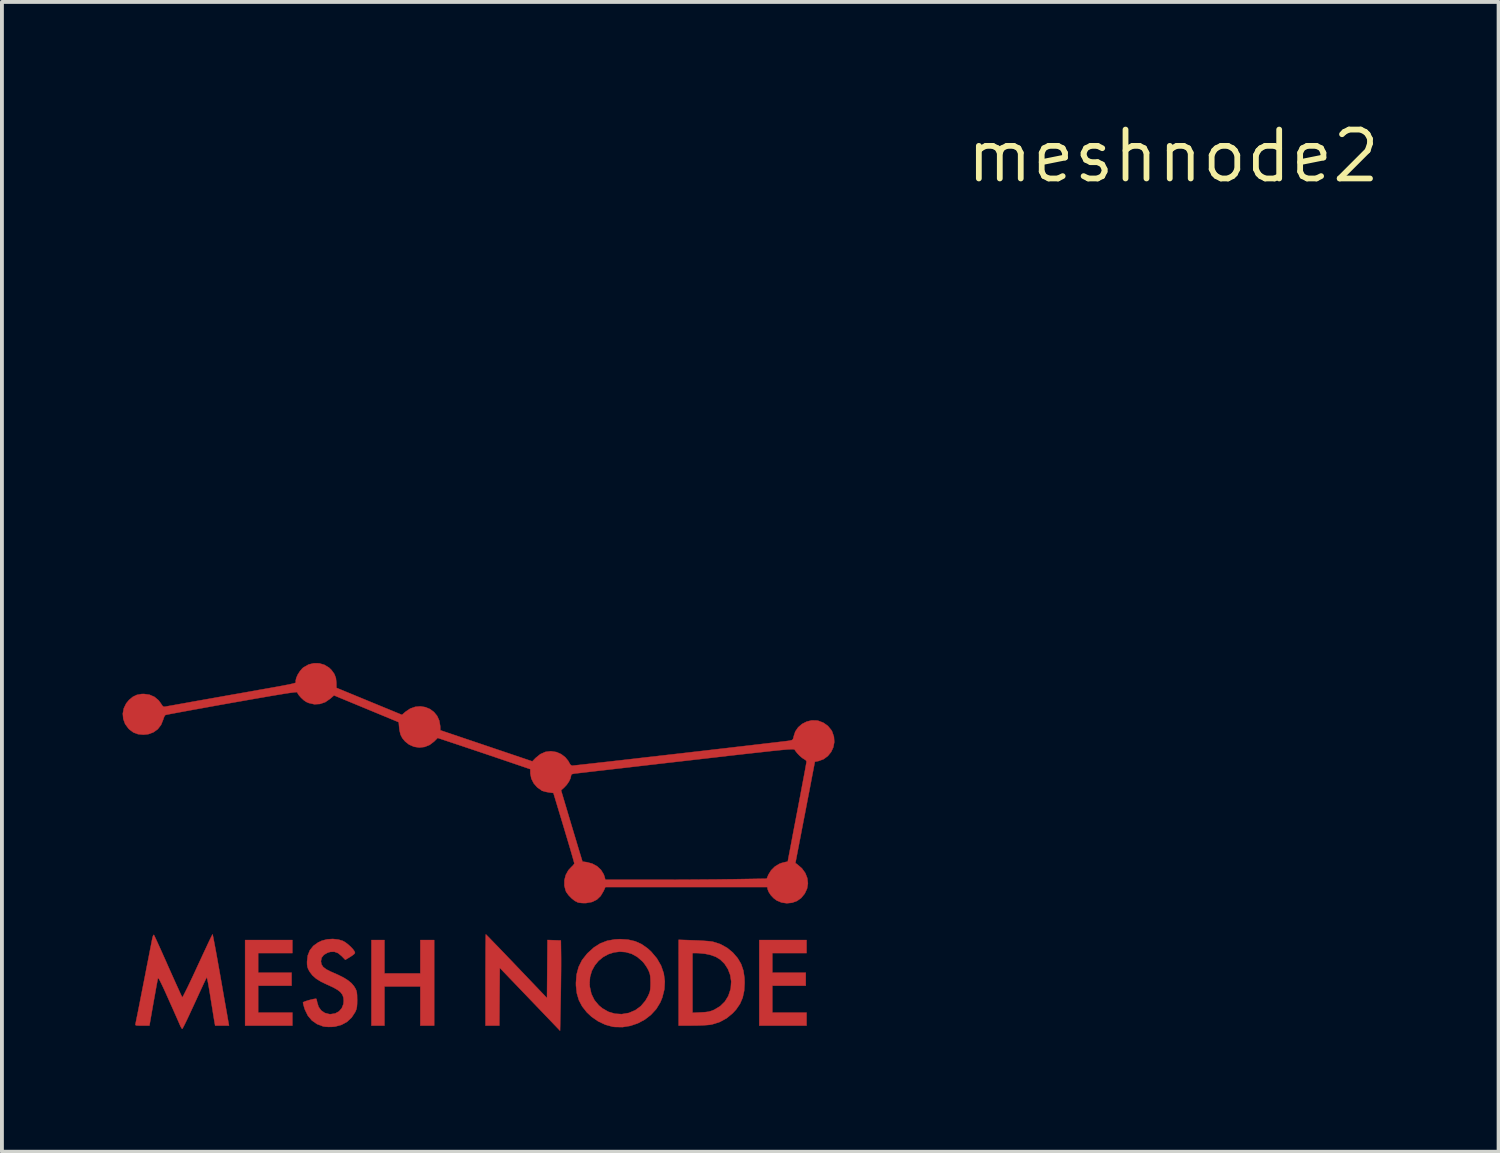
<source format=kicad_pcb>
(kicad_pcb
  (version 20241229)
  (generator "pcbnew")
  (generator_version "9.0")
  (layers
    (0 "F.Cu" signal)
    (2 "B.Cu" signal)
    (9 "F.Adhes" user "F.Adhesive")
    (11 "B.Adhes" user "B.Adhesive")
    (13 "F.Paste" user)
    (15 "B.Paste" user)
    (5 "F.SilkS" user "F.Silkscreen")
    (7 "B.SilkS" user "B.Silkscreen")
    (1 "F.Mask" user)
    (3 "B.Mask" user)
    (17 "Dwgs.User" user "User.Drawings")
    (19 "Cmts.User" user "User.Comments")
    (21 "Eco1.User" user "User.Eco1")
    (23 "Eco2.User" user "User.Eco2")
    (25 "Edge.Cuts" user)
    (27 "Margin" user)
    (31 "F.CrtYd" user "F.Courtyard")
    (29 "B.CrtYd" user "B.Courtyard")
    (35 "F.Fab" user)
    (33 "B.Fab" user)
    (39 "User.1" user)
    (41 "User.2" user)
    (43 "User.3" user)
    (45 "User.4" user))
  (footprint "meshnode2"
    (layer "F.Cu")
    (at 27.426 1.006)
    (property "Reference" "meshnode2" (at 0 0 0) (layer "F.SilkS") (effects (font (size 1.27 1.27) (thickness 0.15))))
    (attr through_hole)
    (fp_poly (pts (xy -22.881 20.701) (xy -23.77 20.701) (xy -23.77 21.209) (xy -22.902 21.209) (xy -22.902 21.548) (xy -23.77 21.548) (xy -23.77 22.246) (xy -22.881 22.246) (xy -22.881 22.585) (xy -24.109 22.585) (xy -24.109 20.362) (xy -22.881 20.362) (xy -22.881 20.701)) (stroke (width 0.01) (type solid)) (fill yes) (layer "F.Cu"))
    (fp_poly (pts (xy -20.489 21.23) (xy -19.558 21.23) (xy -19.558 20.362) (xy -19.198 20.362) (xy -19.198 22.585) (xy -19.558 22.585) (xy -19.558 21.569) (xy -20.489 21.569) (xy -20.489 22.585) (xy -20.828 22.585) (xy -20.828 20.362) (xy -20.489 20.362) (xy -20.489 21.23)) (stroke (width 0.01) (type solid)) (fill yes) (layer "F.Cu"))
    (fp_poly (pts (xy -9.525 20.701) (xy -10.414 20.701) (xy -10.414 21.209) (xy -9.546 21.209) (xy -9.546 21.548) (xy -10.414 21.548) (xy -10.414 22.246) (xy -9.525 22.246) (xy -9.525 22.585) (xy -10.753 22.585) (xy -10.753 20.362) (xy -9.525 20.362) (xy -9.525 20.701)) (stroke (width 0.01) (type solid)) (fill yes) (layer "F.Cu"))
    (fp_poly (pts (xy -17.84 20.229) (xy -17.798 20.272) (xy -17.732 20.34) (xy -17.645 20.43) (xy -17.539 20.539) (xy -17.418 20.665) (xy -17.283 20.806) (xy -17.138 20.957) (xy -17.057 21.042) (xy -16.267 21.87) (xy -16.261 21.115) (xy -16.255 20.361) (xy -16.081 20.367) (xy -15.907 20.373) (xy -15.902 20.743) (xy -15.901 20.853) (xy -15.901 20.998) (xy -15.902 21.169) (xy -15.904 21.358) (xy -15.906 21.558) (xy -15.909 21.761) (xy -15.912 21.916) (xy -15.928 22.718) (xy -16.711 21.901) (xy -17.494 21.085) (xy -17.5 21.835) (xy -17.505 22.585) (xy -17.865 22.585) (xy -17.865 21.399) (xy -17.865 21.18) (xy -17.864 20.973) (xy -17.863 20.784) (xy -17.863 20.615) (xy -17.861 20.471) (xy -17.86 20.356) (xy -17.859 20.272) (xy -17.857 20.224) (xy -17.856 20.214) (xy -17.84 20.229)) (stroke (width 0.01) (type solid)) (fill yes) (layer "F.Cu"))
    (fp_poly (pts (xy -12.462 20.369) (xy -12.329 20.374) (xy -12.202 20.382) (xy -12.09 20.39) (xy -12.004 20.399) (xy -11.959 20.406) (xy -11.765 20.468) (xy -11.586 20.567) (xy -11.438 20.689) (xy -11.314 20.833) (xy -11.225 20.985) (xy -11.167 21.153) (xy -11.138 21.344) (xy -11.134 21.474) (xy -11.146 21.681) (xy -11.185 21.86) (xy -11.254 22.02) (xy -11.356 22.168) (xy -11.442 22.262) (xy -11.601 22.393) (xy -11.781 22.491) (xy -11.973 22.552) (xy -12.033 22.563) (xy -12.108 22.57) (xy -12.214 22.577) (xy -12.337 22.582) (xy -12.467 22.584) (xy -12.515 22.584) (xy -12.848 22.585) (xy -12.848 22.252) (xy -12.488 22.252) (xy -12.271 22.242) (xy -12.158 22.235) (xy -12.073 22.224) (xy -12.003 22.205) (xy -11.932 22.177) (xy -11.927 22.175) (xy -11.772 22.082) (xy -11.648 21.962) (xy -11.557 21.815) (xy -11.5 21.643) (xy -11.493 21.607) (xy -11.482 21.436) (xy -11.508 21.27) (xy -11.567 21.116) (xy -11.655 20.979) (xy -11.77 20.867) (xy -11.884 20.798) (xy -12.01 20.752) (xy -12.161 20.719) (xy -12.32 20.703) (xy -12.377 20.701) (xy -12.488 20.701) (xy -12.488 22.252) (xy -12.848 22.252) (xy -12.848 20.356) (xy -12.462 20.369)) (stroke (width 0.01) (type solid)) (fill yes) (layer "F.Cu"))
    (fp_poly (pts (xy -14.162 20.352) (xy -13.978 20.394) (xy -13.812 20.468) (xy -13.656 20.577) (xy -13.559 20.666) (xy -13.412 20.841) (xy -13.304 21.028) (xy -13.235 21.227) (xy -13.207 21.434) (xy -13.219 21.644) (xy -13.273 21.857) (xy -13.325 21.983) (xy -13.429 22.154) (xy -13.565 22.303) (xy -13.726 22.428) (xy -13.908 22.525) (xy -14.103 22.591) (xy -14.306 22.624) (xy -14.511 22.62) (xy -14.563 22.613) (xy -14.753 22.561) (xy -14.939 22.473) (xy -15.11 22.355) (xy -15.236 22.236) (xy -15.355 22.084) (xy -15.439 21.924) (xy -15.491 21.749) (xy -15.514 21.549) (xy -15.515 21.494) (xy -15.162 21.494) (xy -15.155 21.58) (xy -15.114 21.762) (xy -15.036 21.921) (xy -14.922 22.058) (xy -14.832 22.134) (xy -14.674 22.225) (xy -14.504 22.276) (xy -14.326 22.287) (xy -14.148 22.257) (xy -14.14 22.255) (xy -13.973 22.184) (xy -13.83 22.079) (xy -13.712 21.94) (xy -13.645 21.823) (xy -13.614 21.755) (xy -13.594 21.697) (xy -13.584 21.637) (xy -13.579 21.56) (xy -13.578 21.474) (xy -13.58 21.369) (xy -13.586 21.294) (xy -13.598 21.234) (xy -13.62 21.175) (xy -13.635 21.141) (xy -13.683 21.056) (xy -13.745 20.968) (xy -13.788 20.917) (xy -13.923 20.8) (xy -14.068 20.72) (xy -14.221 20.676) (xy -14.375 20.664) (xy -14.528 20.683) (xy -14.674 20.73) (xy -14.809 20.804) (xy -14.928 20.902) (xy -15.027 21.023) (xy -15.103 21.163) (xy -15.149 21.321) (xy -15.162 21.494) (xy -15.515 21.494) (xy -15.515 21.471) (xy -15.498 21.256) (xy -15.446 21.062) (xy -15.358 20.885) (xy -15.23 20.722) (xy -15.208 20.699) (xy -15.048 20.554) (xy -14.882 20.449) (xy -14.704 20.381) (xy -14.507 20.346) (xy -14.372 20.339) (xy -14.162 20.352)) (stroke (width 0.01) (type solid)) (fill yes) (layer "F.Cu"))
    (fp_poly (pts (xy -21.685 20.35) (xy -21.574 20.383) (xy -21.508 20.42) (xy -21.437 20.474) (xy -21.368 20.536) (xy -21.309 20.598) (xy -21.269 20.654) (xy -21.255 20.695) (xy -21.256 20.698) (xy -21.276 20.725) (xy -21.323 20.763) (xy -21.385 20.803) (xy -21.507 20.876) (xy -21.6 20.78) (xy -21.694 20.702) (xy -21.792 20.666) (xy -21.898 20.67) (xy -21.967 20.691) (xy -22.063 20.746) (xy -22.121 20.82) (xy -22.14 20.912) (xy -22.14 20.914) (xy -22.126 20.993) (xy -22.082 21.061) (xy -22.004 21.122) (xy -21.888 21.181) (xy -21.87 21.189) (xy -21.69 21.268) (xy -21.545 21.341) (xy -21.432 21.413) (xy -21.345 21.485) (xy -21.28 21.563) (xy -21.245 21.62) (xy -21.222 21.669) (xy -21.208 21.722) (xy -21.201 21.791) (xy -21.199 21.887) (xy -21.198 21.918) (xy -21.2 22.023) (xy -21.206 22.098) (xy -21.218 22.157) (xy -21.239 22.211) (xy -21.25 22.234) (xy -21.342 22.375) (xy -21.462 22.487) (xy -21.607 22.566) (xy -21.773 22.61) (xy -21.85 22.617) (xy -21.939 22.619) (xy -22.024 22.614) (xy -22.082 22.605) (xy -22.241 22.545) (xy -22.374 22.452) (xy -22.479 22.327) (xy -22.554 22.173) (xy -22.566 22.139) (xy -22.587 22.068) (xy -22.601 22.011) (xy -22.606 21.983) (xy -22.587 21.97) (xy -22.538 21.951) (xy -22.471 21.93) (xy -22.397 21.91) (xy -22.327 21.894) (xy -22.273 21.887) (xy -22.264 21.886) (xy -22.253 21.905) (xy -22.242 21.953) (xy -22.237 21.98) (xy -22.2 22.098) (xy -22.133 22.192) (xy -22.039 22.256) (xy -21.925 22.286) (xy -21.887 22.288) (xy -21.768 22.269) (xy -21.67 22.215) (xy -21.598 22.132) (xy -21.556 22.026) (xy -21.548 21.944) (xy -21.555 21.857) (xy -21.582 21.782) (xy -21.631 21.717) (xy -21.708 21.656) (xy -21.816 21.594) (xy -21.962 21.527) (xy -21.965 21.526) (xy -22.132 21.447) (xy -22.263 21.366) (xy -22.361 21.279) (xy -22.431 21.187) (xy -22.469 21.119) (xy -22.49 21.06) (xy -22.499 20.993) (xy -22.5 20.923) (xy -22.482 20.765) (xy -22.428 20.629) (xy -22.338 20.515) (xy -22.212 20.424) (xy -22.113 20.378) (xy -21.979 20.344) (xy -21.831 20.334) (xy -21.685 20.35)) (stroke (width 0.01) (type solid)) (fill yes) (layer "F.Cu"))
    (fp_poly (pts (xy -24.949 20.235) (xy -24.937 20.293) (xy -24.919 20.385) (xy -24.896 20.507) (xy -24.868 20.656) (xy -24.837 20.828) (xy -24.803 21.019) (xy -24.766 21.225) (xy -24.746 21.341) (xy -24.708 21.556) (xy -24.673 21.759) (xy -24.64 21.947) (xy -24.61 22.116) (xy -24.584 22.261) (xy -24.564 22.379) (xy -24.549 22.465) (xy -24.54 22.516) (xy -24.538 22.527) (xy -24.527 22.585) (xy -24.887 22.585) (xy -24.909 22.463) (xy -24.918 22.408) (xy -24.933 22.318) (xy -24.951 22.202) (xy -24.973 22.066) (xy -24.997 21.919) (xy -25.011 21.829) (xy -25.034 21.688) (xy -25.055 21.564) (xy -25.074 21.46) (xy -25.09 21.384) (xy -25.101 21.34) (xy -25.106 21.331) (xy -25.118 21.354) (xy -25.145 21.41) (xy -25.186 21.495) (xy -25.237 21.606) (xy -25.298 21.737) (xy -25.365 21.884) (xy -25.422 22.008) (xy -25.494 22.163) (xy -25.56 22.306) (xy -25.619 22.431) (xy -25.669 22.534) (xy -25.708 22.611) (xy -25.733 22.657) (xy -25.742 22.669) (xy -25.761 22.652) (xy -25.784 22.609) (xy -25.788 22.601) (xy -25.804 22.565) (xy -25.834 22.495) (xy -25.877 22.398) (xy -25.93 22.278) (xy -25.991 22.14) (xy -26.058 21.991) (xy -26.089 21.921) (xy -26.167 21.746) (xy -26.23 21.608) (xy -26.28 21.503) (xy -26.317 21.428) (xy -26.344 21.38) (xy -26.362 21.356) (xy -26.372 21.354) (xy -26.375 21.36) (xy -26.382 21.393) (xy -26.395 21.462) (xy -26.414 21.562) (xy -26.436 21.685) (xy -26.461 21.827) (xy -26.489 21.98) (xy -26.492 21.997) (xy -26.595 22.585) (xy -26.782 22.585) (xy -26.872 22.584) (xy -26.926 22.581) (xy -26.953 22.573) (xy -26.96 22.56) (xy -26.958 22.548) (xy -26.952 22.52) (xy -26.939 22.455) (xy -26.919 22.357) (xy -26.893 22.229) (xy -26.863 22.077) (xy -26.829 21.903) (xy -26.792 21.713) (xy -26.752 21.51) (xy -26.745 21.474) (xy -26.704 21.266) (xy -26.666 21.067) (xy -26.629 20.882) (xy -26.597 20.716) (xy -26.569 20.573) (xy -26.546 20.457) (xy -26.53 20.373) (xy -26.52 20.326) (xy -26.52 20.323) (xy -26.504 20.264) (xy -26.489 20.231) (xy -26.479 20.228) (xy -26.467 20.25) (xy -26.44 20.308) (xy -26.399 20.395) (xy -26.347 20.509) (xy -26.286 20.645) (xy -26.217 20.799) (xy -26.142 20.966) (xy -26.11 21.04) (xy -26.033 21.212) (xy -25.962 21.371) (xy -25.897 21.515) (xy -25.841 21.638) (xy -25.796 21.737) (xy -25.763 21.807) (xy -25.744 21.845) (xy -25.741 21.85) (xy -25.729 21.835) (xy -25.702 21.785) (xy -25.661 21.704) (xy -25.607 21.596) (xy -25.544 21.465) (xy -25.473 21.315) (xy -25.396 21.149) (xy -25.346 21.04) (xy -25.265 20.866) (xy -25.19 20.704) (xy -25.122 20.559) (xy -25.064 20.434) (xy -25.016 20.334) (xy -24.98 20.261) (xy -24.959 20.221) (xy -24.955 20.214) (xy -24.949 20.235)) (stroke (width 0.01) (type solid)) (fill yes) (layer "F.Cu"))
    (fp_poly (pts (xy -22.185 13.174) (xy -22.051 13.213) (xy -21.929 13.287) (xy -21.866 13.348) (xy -21.792 13.45) (xy -21.751 13.557) (xy -21.738 13.683) (xy -21.738 13.689) (xy -21.737 13.811) (xy -20.886 14.162) (xy -20.034 14.513) (xy -19.943 14.433) (xy -19.82 14.35) (xy -19.689 14.304) (xy -19.556 14.292) (xy -19.427 14.313) (xy -19.308 14.362) (xy -19.204 14.439) (xy -19.121 14.54) (xy -19.065 14.664) (xy -19.041 14.807) (xy -19.041 14.817) (xy -19.039 14.913) (xy -17.843 15.317) (xy -16.648 15.721) (xy -16.563 15.633) (xy -16.441 15.534) (xy -16.309 15.475) (xy -16.167 15.457) (xy -16.021 15.48) (xy -15.9 15.533) (xy -15.795 15.612) (xy -15.716 15.708) (xy -15.696 15.746) (xy -15.659 15.809) (xy -15.62 15.832) (xy -15.615 15.833) (xy -15.587 15.83) (xy -15.52 15.823) (xy -15.417 15.812) (xy -15.282 15.797) (xy -15.116 15.779) (xy -14.923 15.757) (xy -14.706 15.733) (xy -14.469 15.706) (xy -14.213 15.677) (xy -13.943 15.646) (xy -13.66 15.613) (xy -13.369 15.58) (xy -13.072 15.546) (xy -12.772 15.512) (xy -12.472 15.477) (xy -12.175 15.443) (xy -11.885 15.409) (xy -11.603 15.377) (xy -11.334 15.345) (xy -11.08 15.316) (xy -10.844 15.288) (xy -10.63 15.263) (xy -10.44 15.241) (xy -10.277 15.222) (xy -10.144 15.206) (xy -10.045 15.194) (xy -9.982 15.186) (xy -9.959 15.182) (xy -9.907 15.169) (xy -9.879 15.146) (xy -9.865 15.101) (xy -9.859 15.072) (xy -9.818 14.946) (xy -9.743 14.837) (xy -9.641 14.749) (xy -9.521 14.688) (xy -9.388 14.656) (xy -9.251 14.66) (xy -9.223 14.666) (xy -9.088 14.717) (xy -8.971 14.8) (xy -8.881 14.91) (xy -8.861 14.946) (xy -8.814 15.083) (xy -8.805 15.221) (xy -8.83 15.355) (xy -8.887 15.477) (xy -8.972 15.582) (xy -9.081 15.663) (xy -9.213 15.712) (xy -9.232 15.716) (xy -9.309 15.731) (xy -9.397 16.189) (xy -9.421 16.317) (xy -9.452 16.478) (xy -9.488 16.664) (xy -9.527 16.868) (xy -9.568 17.081) (xy -9.61 17.296) (xy -9.65 17.504) (xy -9.65 17.505) (xy -9.815 18.362) (xy -9.771 18.393) (xy -9.646 18.5) (xy -9.558 18.622) (xy -9.506 18.754) (xy -9.49 18.89) (xy -9.512 19.026) (xy -9.572 19.156) (xy -9.665 19.27) (xy -9.773 19.347) (xy -9.9 19.393) (xy -10.038 19.407) (xy -10.175 19.387) (xy -10.298 19.336) (xy -10.38 19.275) (xy -10.454 19.196) (xy -10.509 19.112) (xy -10.535 19.045) (xy -10.546 18.986) (xy -14.751 18.986) (xy -14.796 19.087) (xy -14.873 19.217) (xy -14.973 19.313) (xy -15.099 19.374) (xy -15.249 19.401) (xy -15.261 19.402) (xy -15.346 19.401) (xy -15.424 19.394) (xy -15.469 19.384) (xy -15.546 19.344) (xy -15.629 19.278) (xy -15.706 19.199) (xy -15.764 19.119) (xy -15.78 19.087) (xy -15.816 18.95) (xy -15.815 18.808) (xy -15.78 18.672) (xy -15.713 18.55) (xy -15.64 18.471) (xy -15.593 18.425) (xy -15.563 18.386) (xy -15.558 18.371) (xy -15.564 18.345) (xy -15.581 18.283) (xy -15.608 18.188) (xy -15.643 18.067) (xy -15.686 17.921) (xy -15.735 17.756) (xy -15.789 17.577) (xy -15.829 17.441) (xy -16.101 16.542) (xy -16.22 16.527) (xy -16.299 16.512) (xy -16.371 16.492) (xy -16.401 16.48) (xy -16.411 16.473) (xy -15.902 16.473) (xy -15.674 17.238) (xy -15.62 17.418) (xy -15.568 17.591) (xy -15.519 17.753) (xy -15.476 17.897) (xy -15.44 18.017) (xy -15.412 18.109) (xy -15.395 18.164) (xy -15.346 18.325) (xy -15.237 18.339) (xy -15.093 18.377) (xy -14.967 18.445) (xy -14.865 18.54) (xy -14.794 18.656) (xy -14.773 18.716) (xy -14.752 18.796) (xy -13.498 18.796) (xy -13.238 18.796) (xy -12.962 18.795) (xy -12.68 18.794) (xy -12.4 18.792) (xy -12.128 18.79) (xy -11.873 18.788) (xy -11.643 18.785) (xy -11.445 18.783) (xy -11.403 18.782) (xy -10.56 18.768) (xy -10.517 18.666) (xy -10.446 18.551) (xy -10.347 18.453) (xy -10.23 18.382) (xy -10.179 18.363) (xy -10.112 18.345) (xy -10.059 18.333) (xy -10.04 18.33) (xy -10.014 18.322) (xy -10.012 18.317) (xy -10.008 18.294) (xy -9.997 18.234) (xy -9.979 18.139) (xy -9.955 18.013) (xy -9.926 17.86) (xy -9.893 17.684) (xy -9.856 17.487) (xy -9.815 17.275) (xy -9.772 17.049) (xy -9.768 17.031) (xy -9.725 16.804) (xy -9.684 16.589) (xy -9.647 16.389) (xy -9.613 16.209) (xy -9.583 16.051) (xy -9.559 15.921) (xy -9.541 15.82) (xy -9.529 15.753) (xy -9.525 15.725) (xy -9.525 15.724) (xy -9.543 15.693) (xy -9.586 15.665) (xy -9.588 15.664) (xy -9.639 15.631) (xy -9.703 15.576) (xy -9.767 15.509) (xy -9.818 15.444) (xy -9.833 15.42) (xy -9.838 15.415) (xy -9.846 15.411) (xy -9.86 15.407) (xy -9.882 15.406) (xy -9.914 15.406) (xy -9.959 15.408) (xy -10.017 15.411) (xy -10.093 15.418) (xy -10.186 15.426) (xy -10.301 15.438) (xy -10.438 15.452) (xy -10.6 15.47) (xy -10.789 15.491) (xy -11.007 15.515) (xy -11.257 15.543) (xy -11.54 15.575) (xy -11.858 15.612) (xy -12.214 15.653) (xy -12.609 15.698) (xy -12.659 15.704) (xy -13 15.743) (xy -13.331 15.781) (xy -13.649 15.818) (xy -13.951 15.853) (xy -14.235 15.886) (xy -14.498 15.916) (xy -14.738 15.944) (xy -14.952 15.968) (xy -15.138 15.99) (xy -15.293 16.008) (xy -15.414 16.022) (xy -15.499 16.032) (xy -15.545 16.037) (xy -15.552 16.038) (xy -15.611 16.05) (xy -15.637 16.069) (xy -15.642 16.093) (xy -15.657 16.162) (xy -15.697 16.245) (xy -15.754 16.328) (xy -15.816 16.395) (xy -15.902 16.473) (xy -16.411 16.473) (xy -16.519 16.398) (xy -16.612 16.292) (xy -16.674 16.169) (xy -16.7 16.038) (xy -16.7 16.021) (xy -16.701 15.923) (xy -17.309 15.716) (xy -17.503 15.65) (xy -17.722 15.576) (xy -17.952 15.498) (xy -18.179 15.422) (xy -18.388 15.352) (xy -18.512 15.31) (xy -19.107 15.112) (xy -19.201 15.206) (xy -19.317 15.294) (xy -19.447 15.346) (xy -19.585 15.362) (xy -19.722 15.341) (xy -19.851 15.284) (xy -19.952 15.204) (xy -20.024 15.119) (xy -20.071 15.029) (xy -20.097 14.92) (xy -20.106 14.851) (xy -20.119 14.703) (xy -20.959 14.355) (xy -21.8 14.007) (xy -21.898 14.093) (xy -22.027 14.182) (xy -22.166 14.23) (xy -22.31 14.238) (xy -22.455 14.205) (xy -22.521 14.176) (xy -22.587 14.131) (xy -22.656 14.067) (xy -22.716 13.998) (xy -22.754 13.936) (xy -22.758 13.925) (xy -22.773 13.923) (xy -22.812 13.925) (xy -22.879 13.933) (xy -22.975 13.946) (xy -23.102 13.966) (xy -23.261 13.992) (xy -23.454 14.024) (xy -23.682 14.064) (xy -23.948 14.11) (xy -24.253 14.164) (xy -24.459 14.2) (xy -24.722 14.247) (xy -24.972 14.292) (xy -25.208 14.335) (xy -25.426 14.374) (xy -25.622 14.41) (xy -25.794 14.442) (xy -25.939 14.469) (xy -26.052 14.49) (xy -26.132 14.506) (xy -26.175 14.515) (xy -26.181 14.517) (xy -26.203 14.546) (xy -26.226 14.6) (xy -26.236 14.634) (xy -26.292 14.773) (xy -26.378 14.885) (xy -26.491 14.966) (xy -26.626 15.015) (xy -26.752 15.028) (xy -26.892 15.014) (xy -27.009 14.971) (xy -27.113 14.894) (xy -27.14 14.867) (xy -27.226 14.749) (xy -27.274 14.618) (xy -27.286 14.481) (xy -27.261 14.345) (xy -27.199 14.217) (xy -27.126 14.128) (xy -27.025 14.044) (xy -26.921 13.994) (xy -26.8 13.972) (xy -26.738 13.97) (xy -26.593 13.99) (xy -26.464 14.046) (xy -26.356 14.136) (xy -26.296 14.218) (xy -26.26 14.274) (xy -26.231 14.299) (xy -26.197 14.302) (xy -26.186 14.3) (xy -26.156 14.294) (xy -26.089 14.282) (xy -25.986 14.264) (xy -25.852 14.24) (xy -25.689 14.211) (xy -25.502 14.177) (xy -25.294 14.14) (xy -25.067 14.1) (xy -24.826 14.057) (xy -24.575 14.012) (xy -24.26 13.957) (xy -23.984 13.908) (xy -23.745 13.865) (xy -23.54 13.829) (xy -23.366 13.798) (xy -23.221 13.772) (xy -23.102 13.749) (xy -23.007 13.731) (xy -22.934 13.716) (xy -22.878 13.703) (xy -22.839 13.693) (xy -22.813 13.684) (xy -22.798 13.676) (xy -22.791 13.668) (xy -22.79 13.66) (xy -22.793 13.652) (xy -22.796 13.642) (xy -22.797 13.634) (xy -22.781 13.558) (xy -22.742 13.468) (xy -22.685 13.379) (xy -22.62 13.303) (xy -22.589 13.278) (xy -22.462 13.206) (xy -22.324 13.172) (xy -22.185 13.174)) (stroke (width 0.01) (type solid)) (fill yes) (layer "F.Cu"))
    (fp_poly (pts (xy -12.324 20.236) (xy -12.194 20.242) (xy -12.078 20.252) (xy -11.981 20.264) (xy -11.966 20.267) (xy -11.752 20.327) (xy -11.557 20.423) (xy -11.385 20.549) (xy -11.239 20.704) (xy -11.124 20.882) (xy -11.042 21.08) (xy -11.017 21.177) (xy -10.989 21.405) (xy -10.997 21.634) (xy -11.04 21.856) (xy -11.118 22.063) (xy -11.138 22.103) (xy -11.244 22.26) (xy -11.382 22.403) (xy -11.546 22.527) (xy -11.727 22.624) (xy -11.887 22.681) (xy -11.959 22.696) (xy -12.059 22.708) (xy -12.192 22.717) (xy -12.361 22.725) (xy -12.449 22.727) (xy -12.595 22.731) (xy -12.705 22.733) (xy -12.785 22.733) (xy -12.84 22.73) (xy -12.877 22.725) (xy -12.902 22.716) (xy -12.919 22.704) (xy -12.93 22.693) (xy -12.94 22.683) (xy -12.948 22.671) (xy -12.955 22.653) (xy -12.96 22.627) (xy -12.965 22.588) (xy -12.968 22.534) (xy -12.971 22.461) (xy -12.973 22.366) (xy -12.974 22.244) (xy -12.975 22.123) (xy -12.34 22.123) (xy -12.229 22.109) (xy -12.14 22.094) (xy -12.048 22.072) (xy -12.019 22.064) (xy -11.892 22.003) (xy -11.788 21.911) (xy -11.708 21.796) (xy -11.654 21.663) (xy -11.628 21.52) (xy -11.633 21.374) (xy -11.67 21.23) (xy -11.733 21.109) (xy -11.816 21.018) (xy -11.931 20.943) (xy -12.066 20.888) (xy -12.208 20.859) (xy -12.34 20.845) (xy -12.34 22.123) (xy -12.975 22.123) (xy -12.975 22.094) (xy -12.975 21.911) (xy -12.975 21.692) (xy -12.975 21.475) (xy -12.975 20.301) (xy -12.928 20.268) (xy -12.887 20.255) (xy -12.812 20.245) (xy -12.71 20.238) (xy -12.589 20.234) (xy -12.458 20.234) (xy -12.324 20.236)) (stroke (width 0.01) (type solid)) (fill yes) (layer "F.Mask"))
    (fp_poly (pts (xy -14.196 20.204) (xy -13.988 20.244) (xy -13.797 20.32) (xy -13.618 20.434) (xy -13.451 20.582) (xy -13.304 20.75) (xy -13.196 20.921) (xy -13.123 21.103) (xy -13.084 21.302) (xy -13.073 21.474) (xy -13.09 21.707) (xy -13.145 21.923) (xy -13.238 22.122) (xy -13.371 22.305) (xy -13.397 22.335) (xy -13.572 22.497) (xy -13.764 22.62) (xy -13.976 22.706) (xy -14.19 22.753) (xy -14.297 22.766) (xy -14.378 22.772) (xy -14.451 22.769) (xy -14.532 22.759) (xy -14.572 22.753) (xy -14.802 22.693) (xy -15.016 22.595) (xy -15.209 22.46) (xy -15.302 22.375) (xy -15.442 22.211) (xy -15.545 22.03) (xy -15.617 21.826) (xy -15.622 21.81) (xy -15.66 21.582) (xy -15.659 21.541) (xy -15.016 21.541) (xy -15.003 21.657) (xy -14.978 21.746) (xy -14.908 21.859) (xy -14.808 21.967) (xy -14.69 22.059) (xy -14.565 22.124) (xy -14.51 22.143) (xy -14.417 22.153) (xy -14.303 22.146) (xy -14.187 22.123) (xy -14.086 22.087) (xy -14.083 22.086) (xy -13.946 21.998) (xy -13.84 21.882) (xy -13.766 21.74) (xy -13.726 21.576) (xy -13.721 21.516) (xy -13.726 21.349) (xy -13.764 21.206) (xy -13.836 21.08) (xy -13.898 21.007) (xy -14.004 20.914) (xy -14.115 20.855) (xy -14.242 20.825) (xy -14.362 20.818) (xy -14.459 20.82) (xy -14.531 20.83) (xy -14.597 20.852) (xy -14.651 20.876) (xy -14.787 20.966) (xy -14.901 21.086) (xy -14.972 21.206) (xy -15.001 21.3) (xy -15.015 21.417) (xy -15.016 21.541) (xy -15.659 21.541) (xy -15.658 21.359) (xy -15.62 21.145) (xy -15.547 20.944) (xy -15.443 20.76) (xy -15.31 20.595) (xy -15.15 20.454) (xy -14.968 20.34) (xy -14.764 20.257) (xy -14.542 20.209) (xy -14.425 20.198) (xy -14.196 20.204)) (stroke (width 0.01) (type solid)) (fill yes) (layer "F.Mask"))
    (fp_poly (pts (xy -17.761 20.117) (xy -17.751 20.124) (xy -17.727 20.147) (xy -17.677 20.197) (xy -17.605 20.271) (xy -17.513 20.366) (xy -17.404 20.478) (xy -17.283 20.605) (xy -17.151 20.742) (xy -17.06 20.837) (xy -16.415 21.513) (xy -16.404 20.904) (xy -16.401 20.727) (xy -16.398 20.588) (xy -16.395 20.481) (xy -16.391 20.402) (xy -16.386 20.347) (xy -16.379 20.31) (xy -16.371 20.287) (xy -16.361 20.273) (xy -16.352 20.265) (xy -16.315 20.25) (xy -16.25 20.241) (xy -16.151 20.236) (xy -16.083 20.235) (xy -15.979 20.236) (xy -15.908 20.24) (xy -15.862 20.248) (xy -15.832 20.261) (xy -15.812 20.278) (xy -15.803 20.288) (xy -15.795 20.301) (xy -15.789 20.32) (xy -15.783 20.349) (xy -15.779 20.39) (xy -15.776 20.448) (xy -15.773 20.526) (xy -15.772 20.626) (xy -15.77 20.753) (xy -15.77 20.909) (xy -15.769 21.099) (xy -15.769 21.324) (xy -15.769 21.534) (xy -15.769 22.748) (xy -15.821 22.804) (xy -15.887 22.849) (xy -15.962 22.856) (xy -15.993 22.847) (xy -16.012 22.83) (xy -16.057 22.786) (xy -16.125 22.717) (xy -16.214 22.626) (xy -16.319 22.518) (xy -16.438 22.394) (xy -16.568 22.258) (xy -16.681 22.14) (xy -17.346 21.442) (xy -17.357 22.047) (xy -17.36 22.236) (xy -17.363 22.386) (xy -17.368 22.503) (xy -17.377 22.59) (xy -17.393 22.652) (xy -17.417 22.694) (xy -17.451 22.718) (xy -17.497 22.73) (xy -17.558 22.734) (xy -17.635 22.733) (xy -17.685 22.733) (xy -17.788 22.732) (xy -17.859 22.727) (xy -17.906 22.718) (xy -17.939 22.702) (xy -17.952 22.693) (xy -18.002 22.652) (xy -18.002 21.414) (xy -18.002 21.154) (xy -18.002 20.933) (xy -18.002 20.747) (xy -18.001 20.594) (xy -17.999 20.47) (xy -17.997 20.372) (xy -17.995 20.296) (xy -17.991 20.24) (xy -17.987 20.199) (xy -17.982 20.171) (xy -17.975 20.152) (xy -17.968 20.139) (xy -17.962 20.132) (xy -17.903 20.095) (xy -17.831 20.09) (xy -17.761 20.117)) (stroke (width 0.01) (type solid)) (fill yes) (layer "F.Mask"))
    (fp_poly (pts (xy -19.273 20.236) (xy -19.2 20.24) (xy -19.153 20.247) (xy -19.123 20.259) (xy -19.106 20.274) (xy -19.099 20.285) (xy -19.092 20.304) (xy -19.087 20.332) (xy -19.082 20.375) (xy -19.079 20.434) (xy -19.076 20.514) (xy -19.074 20.617) (xy -19.073 20.747) (xy -19.072 20.908) (xy -19.071 21.103) (xy -19.071 21.334) (xy -19.071 21.481) (xy -19.071 21.743) (xy -19.07 21.967) (xy -19.07 22.154) (xy -19.072 22.309) (xy -19.076 22.434) (xy -19.082 22.532) (xy -19.092 22.606) (xy -19.107 22.661) (xy -19.127 22.698) (xy -19.153 22.721) (xy -19.185 22.733) (xy -19.226 22.737) (xy -19.274 22.736) (xy -19.332 22.734) (xy -19.379 22.733) (xy -19.48 22.732) (xy -19.548 22.729) (xy -19.592 22.722) (xy -19.623 22.708) (xy -19.649 22.687) (xy -19.654 22.681) (xy -19.671 22.663) (xy -19.684 22.644) (xy -19.693 22.618) (xy -19.7 22.579) (xy -19.703 22.522) (xy -19.705 22.44) (xy -19.706 22.328) (xy -19.706 22.18) (xy -19.706 21.717) (xy -20.341 21.717) (xy -20.341 22.645) (xy -20.397 22.689) (xy -20.429 22.71) (xy -20.468 22.723) (xy -20.524 22.73) (xy -20.608 22.733) (xy -20.662 22.733) (xy -20.76 22.732) (xy -20.825 22.729) (xy -20.868 22.72) (xy -20.897 22.705) (xy -20.924 22.681) (xy -20.976 22.629) (xy -20.976 21.475) (xy -20.976 21.224) (xy -20.976 21.013) (xy -20.975 20.837) (xy -20.975 20.693) (xy -20.973 20.577) (xy -20.971 20.487) (xy -20.968 20.419) (xy -20.965 20.369) (xy -20.96 20.333) (xy -20.954 20.309) (xy -20.947 20.294) (xy -20.938 20.282) (xy -20.934 20.278) (xy -20.91 20.259) (xy -20.879 20.246) (xy -20.831 20.239) (xy -20.757 20.236) (xy -20.659 20.235) (xy -20.555 20.235) (xy -20.477 20.239) (xy -20.421 20.252) (xy -20.382 20.278) (xy -20.359 20.324) (xy -20.347 20.394) (xy -20.342 20.494) (xy -20.341 20.628) (xy -20.341 20.701) (xy -20.341 21.082) (xy -19.706 21.082) (xy -19.706 20.714) (xy -19.706 20.58) (xy -19.704 20.481) (xy -19.701 20.411) (xy -19.695 20.363) (xy -19.686 20.33) (xy -19.673 20.305) (xy -19.662 20.291) (xy -19.642 20.267) (xy -19.619 20.251) (xy -19.585 20.242) (xy -19.532 20.237) (xy -19.452 20.235) (xy -19.38 20.235) (xy -19.273 20.236)) (stroke (width 0.01) (type solid)) (fill yes) (layer "F.Mask"))
    (fp_poly (pts (xy -9.782 20.235) (xy -9.656 20.237) (xy -9.559 20.243) (xy -9.489 20.255) (xy -9.441 20.273) (xy -9.41 20.301) (xy -9.394 20.339) (xy -9.387 20.389) (xy -9.386 20.453) (xy -9.387 20.532) (xy -9.387 20.546) (xy -9.388 20.643) (xy -9.392 20.716) (xy -9.405 20.77) (xy -9.432 20.807) (xy -9.478 20.83) (xy -9.548 20.843) (xy -9.648 20.848) (xy -9.782 20.849) (xy -9.877 20.849) (xy -10.266 20.849) (xy -10.266 21.061) (xy -9.898 21.061) (xy -9.764 21.061) (xy -9.665 21.063) (xy -9.595 21.066) (xy -9.547 21.072) (xy -9.514 21.081) (xy -9.489 21.094) (xy -9.475 21.105) (xy -9.45 21.126) (xy -9.434 21.149) (xy -9.425 21.184) (xy -9.421 21.238) (xy -9.419 21.322) (xy -9.419 21.377) (xy -9.419 21.476) (xy -9.423 21.552) (xy -9.436 21.607) (xy -9.463 21.644) (xy -9.509 21.668) (xy -9.58 21.681) (xy -9.68 21.688) (xy -9.815 21.691) (xy -9.887 21.692) (xy -10.266 21.699) (xy -10.266 22.119) (xy -9.867 22.119) (xy -9.713 22.119) (xy -9.596 22.121) (xy -9.511 22.129) (xy -9.452 22.146) (xy -9.416 22.175) (xy -9.397 22.22) (xy -9.389 22.283) (xy -9.387 22.369) (xy -9.387 22.43) (xy -9.387 22.51) (xy -9.388 22.575) (xy -9.394 22.626) (xy -9.41 22.664) (xy -9.439 22.692) (xy -9.486 22.712) (xy -9.555 22.724) (xy -9.65 22.73) (xy -9.775 22.733) (xy -9.934 22.733) (xy -10.131 22.733) (xy -10.138 22.733) (xy -10.322 22.733) (xy -10.468 22.732) (xy -10.581 22.731) (xy -10.666 22.729) (xy -10.728 22.725) (xy -10.772 22.72) (xy -10.802 22.713) (xy -10.824 22.704) (xy -10.841 22.692) (xy -10.845 22.689) (xy -10.901 22.645) (xy -10.901 21.483) (xy -10.901 21.231) (xy -10.901 21.019) (xy -10.9 20.842) (xy -10.899 20.697) (xy -10.898 20.581) (xy -10.896 20.49) (xy -10.893 20.421) (xy -10.889 20.37) (xy -10.885 20.334) (xy -10.879 20.31) (xy -10.872 20.294) (xy -10.863 20.283) (xy -10.858 20.278) (xy -10.845 20.266) (xy -10.828 20.257) (xy -10.802 20.249) (xy -10.763 20.244) (xy -10.706 20.24) (xy -10.628 20.238) (xy -10.522 20.236) (xy -10.384 20.236) (xy -10.211 20.235) (xy -10.142 20.235) (xy -9.943 20.235) (xy -9.782 20.235)) (stroke (width 0.01) (type solid)) (fill yes) (layer "F.Mask"))
    (fp_poly (pts (xy -23.311 20.235) (xy -23.161 20.236) (xy -23.045 20.237) (xy -22.957 20.24) (xy -22.893 20.243) (xy -22.849 20.248) (xy -22.82 20.254) (xy -22.802 20.263) (xy -22.79 20.274) (xy -22.789 20.274) (xy -22.773 20.301) (xy -22.762 20.343) (xy -22.756 20.41) (xy -22.754 20.508) (xy -22.754 20.539) (xy -22.754 20.639) (xy -22.758 20.715) (xy -22.77 20.77) (xy -22.796 20.807) (xy -22.842 20.831) (xy -22.911 20.843) (xy -23.009 20.848) (xy -23.142 20.849) (xy -23.23 20.849) (xy -23.622 20.849) (xy -23.622 21.061) (xy -23.254 21.061) (xy -23.12 21.061) (xy -23.021 21.063) (xy -22.951 21.066) (xy -22.903 21.072) (xy -22.87 21.081) (xy -22.845 21.094) (xy -22.831 21.105) (xy -22.806 21.126) (xy -22.79 21.149) (xy -22.781 21.184) (xy -22.777 21.238) (xy -22.775 21.322) (xy -22.775 21.377) (xy -22.775 21.476) (xy -22.779 21.552) (xy -22.792 21.607) (xy -22.819 21.644) (xy -22.865 21.668) (xy -22.936 21.681) (xy -23.036 21.688) (xy -23.171 21.691) (xy -23.243 21.692) (xy -23.622 21.699) (xy -23.622 22.119) (xy -23.223 22.119) (xy -23.071 22.119) (xy -22.955 22.121) (xy -22.872 22.128) (xy -22.815 22.144) (xy -22.781 22.172) (xy -22.762 22.216) (xy -22.755 22.278) (xy -22.754 22.362) (xy -22.754 22.422) (xy -22.753 22.505) (xy -22.754 22.572) (xy -22.76 22.624) (xy -22.775 22.664) (xy -22.803 22.692) (xy -22.85 22.712) (xy -22.918 22.724) (xy -23.011 22.731) (xy -23.135 22.733) (xy -23.293 22.733) (xy -23.489 22.733) (xy -23.492 22.733) (xy -23.676 22.733) (xy -23.822 22.732) (xy -23.936 22.731) (xy -24.021 22.729) (xy -24.084 22.725) (xy -24.128 22.72) (xy -24.158 22.713) (xy -24.18 22.704) (xy -24.197 22.692) (xy -24.201 22.689) (xy -24.257 22.645) (xy -24.257 21.483) (xy -24.257 21.231) (xy -24.257 21.019) (xy -24.256 20.842) (xy -24.255 20.697) (xy -24.254 20.581) (xy -24.252 20.49) (xy -24.249 20.421) (xy -24.245 20.37) (xy -24.241 20.334) (xy -24.235 20.31) (xy -24.228 20.294) (xy -24.22 20.283) (xy -24.215 20.278) (xy -24.201 20.266) (xy -24.184 20.257) (xy -24.158 20.249) (xy -24.119 20.244) (xy -24.063 20.24) (xy -23.984 20.238) (xy -23.878 20.236) (xy -23.74 20.236) (xy -23.567 20.235) (xy -23.498 20.235) (xy -23.311 20.235)) (stroke (width 0.01) (type solid)) (fill yes) (layer "F.Mask"))
    (fp_poly (pts (xy -21.74 20.205) (xy -21.666 20.209) (xy -21.609 20.22) (xy -21.557 20.238) (xy -21.505 20.262) (xy -21.386 20.333) (xy -21.282 20.422) (xy -21.181 20.539) (xy -21.178 20.543) (xy -21.121 20.638) (xy -21.103 20.721) (xy -21.125 20.791) (xy -21.151 20.821) (xy -21.204 20.861) (xy -21.276 20.906) (xy -21.357 20.951) (xy -21.434 20.988) (xy -21.497 21.012) (xy -21.527 21.018) (xy -21.575 21) (xy -21.639 20.947) (xy -21.673 20.913) (xy -21.739 20.848) (xy -21.791 20.814) (xy -21.827 20.807) (xy -21.902 20.818) (xy -21.962 20.847) (xy -22 20.888) (xy -22.008 20.933) (xy -21.988 20.968) (xy -21.957 20.988) (xy -21.897 21.02) (xy -21.815 21.059) (xy -21.737 21.094) (xy -21.638 21.138) (xy -21.544 21.182) (xy -21.468 21.22) (xy -21.43 21.24) (xy -21.324 21.32) (xy -21.223 21.427) (xy -21.139 21.548) (xy -21.107 21.607) (xy -21.068 21.728) (xy -21.049 21.871) (xy -21.051 22.02) (xy -21.073 22.16) (xy -21.091 22.219) (xy -21.161 22.359) (xy -21.259 22.49) (xy -21.372 22.598) (xy -21.373 22.598) (xy -21.512 22.68) (xy -21.674 22.737) (xy -21.847 22.764) (xy -22.018 22.761) (xy -22.098 22.747) (xy -22.278 22.686) (xy -22.431 22.592) (xy -22.556 22.465) (xy -22.654 22.308) (xy -22.723 22.119) (xy -22.723 22.116) (xy -22.746 22.013) (xy -22.748 21.938) (xy -22.724 21.883) (xy -22.67 21.843) (xy -22.581 21.812) (xy -22.494 21.791) (xy -22.365 21.766) (xy -22.271 21.758) (xy -22.203 21.767) (xy -22.157 21.798) (xy -22.125 21.851) (xy -22.102 21.93) (xy -22.1 21.937) (xy -22.064 22.041) (xy -22.01 22.109) (xy -21.934 22.143) (xy -21.888 22.148) (xy -21.8 22.131) (xy -21.732 22.08) (xy -21.689 22) (xy -21.682 21.969) (xy -21.682 21.907) (xy -21.706 21.852) (xy -21.758 21.799) (xy -21.842 21.745) (xy -21.961 21.685) (xy -22.007 21.665) (xy -22.131 21.609) (xy -22.225 21.562) (xy -22.299 21.519) (xy -22.363 21.472) (xy -22.427 21.417) (xy -22.444 21.401) (xy -22.545 21.281) (xy -22.61 21.142) (xy -22.642 20.979) (xy -22.643 20.955) (xy -22.639 20.796) (xy -22.603 20.658) (xy -22.531 20.532) (xy -22.435 20.423) (xy -22.332 20.333) (xy -22.229 20.27) (xy -22.116 20.23) (xy -21.983 20.209) (xy -21.844 20.204) (xy -21.74 20.205)) (stroke (width 0.01) (type solid)) (fill yes) (layer "F.Mask"))
    (fp_poly (pts (xy -26.449 20.083) (xy -26.434 20.088) (xy -26.417 20.097) (xy -26.4 20.108) (xy -26.382 20.127) (xy -26.362 20.157) (xy -26.338 20.2) (xy -26.307 20.26) (xy -26.268 20.342) (xy -26.219 20.447) (xy -26.159 20.581) (xy -26.086 20.746) (xy -25.998 20.945) (xy -25.982 20.983) (xy -25.91 21.145) (xy -25.853 21.273) (xy -25.809 21.369) (xy -25.776 21.437) (xy -25.752 21.481) (xy -25.735 21.505) (xy -25.723 21.512) (xy -25.714 21.506) (xy -25.706 21.491) (xy -25.691 21.457) (xy -25.661 21.391) (xy -25.618 21.296) (xy -25.565 21.177) (xy -25.502 21.041) (xy -25.434 20.891) (xy -25.391 20.796) (xy -25.304 20.607) (xy -25.232 20.453) (xy -25.172 20.331) (xy -25.123 20.237) (xy -25.082 20.169) (xy -25.048 20.123) (xy -25.017 20.096) (xy -24.987 20.084) (xy -24.957 20.084) (xy -24.926 20.092) (xy -24.872 20.114) (xy -24.835 20.138) (xy -24.829 20.161) (xy -24.815 20.221) (xy -24.796 20.314) (xy -24.772 20.436) (xy -24.744 20.581) (xy -24.713 20.745) (xy -24.68 20.925) (xy -24.644 21.115) (xy -24.608 21.31) (xy -24.573 21.507) (xy -24.537 21.701) (xy -24.504 21.888) (xy -24.473 22.062) (xy -24.445 22.22) (xy -24.422 22.357) (xy -24.403 22.468) (xy -24.391 22.55) (xy -24.384 22.597) (xy -24.384 22.605) (xy -24.398 22.635) (xy -24.432 22.677) (xy -24.436 22.681) (xy -24.462 22.704) (xy -24.491 22.72) (xy -24.532 22.728) (xy -24.595 22.732) (xy -24.689 22.733) (xy -24.709 22.733) (xy -24.804 22.733) (xy -24.877 22.73) (xy -24.932 22.718) (xy -24.973 22.694) (xy -25.003 22.651) (xy -25.027 22.585) (xy -25.048 22.491) (xy -25.069 22.365) (xy -25.089 22.24) (xy -25.109 22.113) (xy -25.129 22.002) (xy -25.146 21.912) (xy -25.158 21.851) (xy -25.166 21.824) (xy -25.167 21.823) (xy -25.179 21.841) (xy -25.206 21.893) (xy -25.245 21.973) (xy -25.294 22.076) (xy -25.351 22.197) (xy -25.399 22.3) (xy -25.461 22.433) (xy -25.52 22.553) (xy -25.571 22.655) (xy -25.613 22.733) (xy -25.643 22.783) (xy -25.656 22.798) (xy -25.721 22.816) (xy -25.79 22.812) (xy -25.844 22.786) (xy -25.849 22.781) (xy -25.867 22.751) (xy -25.898 22.689) (xy -25.941 22.6) (xy -25.992 22.489) (xy -26.049 22.363) (xy -26.09 22.27) (xy -26.159 22.116) (xy -26.213 21.997) (xy -26.254 21.913) (xy -26.284 21.86) (xy -26.303 21.835) (xy -26.314 21.835) (xy -26.314 21.836) (xy -26.323 21.87) (xy -26.337 21.938) (xy -26.355 22.03) (xy -26.375 22.139) (xy -26.385 22.193) (xy -26.413 22.357) (xy -26.437 22.484) (xy -26.46 22.578) (xy -26.486 22.645) (xy -26.517 22.689) (xy -26.558 22.716) (xy -26.612 22.728) (xy -26.682 22.733) (xy -26.772 22.733) (xy -26.778 22.733) (xy -26.877 22.732) (xy -26.945 22.727) (xy -26.99 22.716) (xy -27.025 22.699) (xy -27.038 22.689) (xy -27.084 22.631) (xy -27.093 22.587) (xy -27.089 22.556) (xy -27.078 22.489) (xy -27.06 22.389) (xy -27.036 22.262) (xy -27.008 22.112) (xy -26.976 21.943) (xy -26.941 21.76) (xy -26.904 21.568) (xy -26.866 21.371) (xy -26.827 21.174) (xy -26.79 20.982) (xy -26.753 20.799) (xy -26.719 20.63) (xy -26.689 20.478) (xy -26.663 20.35) (xy -26.642 20.249) (xy -26.627 20.181) (xy -26.619 20.149) (xy -26.618 20.148) (xy -26.579 20.103) (xy -26.517 20.08) (xy -26.449 20.083)) (stroke (width 0.01) (type solid)) (fill yes) (layer "F.Mask"))
    (fp_poly (pts (xy -22.137 13.043) (xy -22.019 13.072) (xy -21.964 13.095) (xy -21.841 13.181) (xy -21.734 13.296) (xy -21.652 13.432) (xy -21.602 13.575) (xy -21.595 13.613) (xy -21.579 13.722) (xy -20.821 14.036) (xy -20.063 14.35) (xy -19.985 14.288) (xy -19.856 14.211) (xy -19.709 14.165) (xy -19.553 14.152) (xy -19.399 14.173) (xy -19.3 14.208) (xy -19.165 14.29) (xy -19.052 14.399) (xy -18.967 14.527) (xy -18.916 14.666) (xy -18.907 14.721) (xy -18.897 14.813) (xy -17.796 15.185) (xy -16.695 15.557) (xy -16.606 15.476) (xy -16.506 15.398) (xy -16.399 15.351) (xy -16.276 15.329) (xy -16.145 15.329) (xy -16.033 15.339) (xy -15.947 15.359) (xy -15.869 15.39) (xy -15.864 15.393) (xy -15.797 15.435) (xy -15.724 15.493) (xy -15.656 15.557) (xy -15.603 15.617) (xy -15.575 15.662) (xy -15.564 15.674) (xy -15.533 15.68) (xy -15.478 15.678) (xy -15.39 15.67) (xy -15.356 15.666) (xy -15.111 15.638) (xy -14.848 15.609) (xy -14.569 15.577) (xy -14.277 15.544) (xy -13.975 15.509) (xy -13.665 15.474) (xy -13.351 15.438) (xy -13.036 15.402) (xy -12.722 15.366) (xy -12.412 15.331) (xy -12.109 15.296) (xy -11.816 15.263) (xy -11.536 15.23) (xy -11.272 15.2) (xy -11.026 15.172) (xy -10.801 15.146) (xy -10.601 15.123) (xy -10.428 15.103) (xy -10.284 15.086) (xy -10.174 15.073) (xy -10.099 15.064) (xy -10.063 15.06) (xy -10.061 15.059) (xy -10.02 15.048) (xy -9.992 15.023) (xy -9.969 14.973) (xy -9.957 14.938) (xy -9.903 14.83) (xy -9.819 14.724) (xy -9.716 14.633) (xy -9.607 14.567) (xy -9.57 14.553) (xy -9.451 14.528) (xy -9.317 14.523) (xy -9.185 14.536) (xy -9.07 14.568) (xy -9.043 14.581) (xy -8.901 14.676) (xy -8.788 14.797) (xy -8.728 14.898) (xy -8.696 14.973) (xy -8.678 15.043) (xy -8.67 15.128) (xy -8.669 15.187) (xy -8.671 15.283) (xy -8.68 15.355) (xy -8.701 15.419) (xy -8.727 15.478) (xy -8.817 15.613) (xy -8.938 15.721) (xy -9.071 15.793) (xy -9.152 15.834) (xy -9.191 15.875) (xy -9.194 15.884) (xy -9.199 15.912) (xy -9.212 15.978) (xy -9.232 16.078) (xy -9.257 16.208) (xy -9.287 16.365) (xy -9.321 16.543) (xy -9.359 16.74) (xy -9.399 16.951) (xy -9.43 17.117) (xy -9.657 18.306) (xy -9.542 18.419) (xy -9.465 18.505) (xy -9.415 18.585) (xy -9.392 18.645) (xy -9.359 18.812) (xy -9.364 18.976) (xy -9.405 19.131) (xy -9.479 19.27) (xy -9.584 19.389) (xy -9.718 19.481) (xy -9.732 19.488) (xy -9.866 19.533) (xy -10.015 19.551) (xy -10.164 19.539) (xy -10.297 19.499) (xy -10.298 19.499) (xy -10.381 19.45) (xy -10.467 19.383) (xy -10.545 19.308) (xy -10.605 19.235) (xy -10.627 19.195) (xy -10.652 19.135) (xy -14.668 19.135) (xy -14.709 19.214) (xy -14.794 19.336) (xy -14.909 19.434) (xy -15.044 19.505) (xy -15.192 19.546) (xy -15.346 19.553) (xy -15.496 19.524) (xy -15.511 19.519) (xy -15.658 19.446) (xy -15.781 19.339) (xy -15.848 19.253) (xy -15.913 19.137) (xy -15.948 19.018) (xy -15.957 18.882) (xy -15.955 18.828) (xy -15.927 18.666) (xy -15.868 18.531) (xy -15.776 18.424) (xy -15.701 18.358) (xy -15.915 17.648) (xy -15.967 17.475) (xy -16.017 17.309) (xy -16.063 17.157) (xy -16.104 17.023) (xy -16.137 16.914) (xy -16.161 16.835) (xy -16.171 16.8) (xy -16.214 16.664) (xy -16.309 16.651) (xy -16.422 16.624) (xy -16.523 16.572) (xy -16.545 16.554) (xy -15.727 16.554) (xy -15.721 16.579) (xy -15.704 16.64) (xy -15.678 16.733) (xy -15.643 16.851) (xy -15.602 16.99) (xy -15.556 17.147) (xy -15.513 17.291) (xy -15.461 17.461) (xy -15.413 17.623) (xy -15.369 17.77) (xy -15.33 17.897) (xy -15.3 17.999) (xy -15.278 18.07) (xy -15.269 18.1) (xy -15.248 18.16) (xy -15.224 18.191) (xy -15.184 18.206) (xy -15.157 18.211) (xy -15.002 18.255) (xy -14.867 18.33) (xy -14.757 18.432) (xy -14.688 18.541) (xy -14.637 18.648) (xy -10.679 18.645) (xy -10.594 18.514) (xy -10.502 18.399) (xy -10.396 18.309) (xy -10.284 18.251) (xy -10.225 18.235) (xy -10.176 18.225) (xy -10.148 18.206) (xy -10.131 18.167) (xy -10.119 18.112) (xy -10.111 18.07) (xy -10.095 17.991) (xy -10.074 17.879) (xy -10.047 17.739) (xy -10.015 17.574) (xy -9.98 17.39) (xy -9.942 17.19) (xy -9.901 16.979) (xy -9.886 16.896) (xy -9.675 15.789) (xy -9.93 15.534) (xy -12.697 15.852) (xy -13.035 15.891) (xy -13.361 15.929) (xy -13.674 15.965) (xy -13.97 15.999) (xy -14.247 16.031) (xy -14.503 16.06) (xy -14.735 16.086) (xy -14.94 16.11) (xy -15.117 16.13) (xy -15.262 16.146) (xy -15.374 16.159) (xy -15.449 16.167) (xy -15.485 16.171) (xy -15.488 16.171) (xy -15.51 16.189) (xy -15.539 16.235) (xy -15.557 16.272) (xy -15.598 16.35) (xy -15.647 16.428) (xy -15.664 16.451) (xy -15.702 16.502) (xy -15.724 16.543) (xy -15.727 16.554) (xy -16.545 16.554) (xy -16.625 16.489) (xy -16.633 16.481) (xy -16.741 16.353) (xy -16.813 16.206) (xy -16.838 16.121) (xy -16.861 16.018) (xy -17.964 15.646) (xy -19.066 15.275) (xy -19.152 15.342) (xy -19.3 15.435) (xy -19.458 15.487) (xy -19.622 15.499) (xy -19.788 15.47) (xy -19.806 15.464) (xy -19.936 15.4) (xy -20.052 15.303) (xy -20.148 15.181) (xy -20.216 15.043) (xy -20.249 14.907) (xy -20.262 14.799) (xy -21.009 14.49) (xy -21.177 14.422) (xy -21.331 14.358) (xy -21.469 14.301) (xy -21.586 14.254) (xy -21.678 14.217) (xy -21.74 14.192) (xy -21.768 14.182) (xy -21.769 14.182) (xy -21.791 14.193) (xy -21.836 14.223) (xy -21.883 14.255) (xy -22.029 14.337) (xy -22.183 14.378) (xy -22.338 14.381) (xy -22.489 14.345) (xy -22.63 14.271) (xy -22.744 14.172) (xy -22.849 14.059) (xy -24.257 14.31) (xy -24.502 14.354) (xy -24.74 14.397) (xy -24.967 14.437) (xy -25.178 14.475) (xy -25.369 14.509) (xy -25.537 14.539) (xy -25.678 14.564) (xy -25.786 14.583) (xy -25.859 14.596) (xy -25.876 14.599) (xy -26.088 14.637) (xy -26.127 14.748) (xy -26.199 14.888) (xy -26.3 15.003) (xy -26.426 15.092) (xy -26.568 15.15) (xy -26.722 15.176) (xy -26.879 15.166) (xy -26.997 15.133) (xy -27.127 15.063) (xy -27.245 14.961) (xy -27.34 14.836) (xy -27.368 14.785) (xy -27.405 14.674) (xy -27.421 14.544) (xy -27.419 14.409) (xy -27.396 14.286) (xy -27.373 14.223) (xy -27.293 14.091) (xy -27.196 13.99) (xy -27.07 13.909) (xy -27.056 13.902) (xy -26.976 13.866) (xy -26.911 13.845) (xy -26.842 13.835) (xy -26.751 13.834) (xy -26.744 13.834) (xy -26.599 13.846) (xy -26.478 13.883) (xy -26.37 13.95) (xy -26.271 14.045) (xy -26.168 14.157) (xy -24.583 13.873) (xy -24.329 13.828) (xy -24.087 13.785) (xy -23.861 13.745) (xy -23.652 13.708) (xy -23.466 13.675) (xy -23.304 13.646) (xy -23.171 13.623) (xy -23.069 13.605) (xy -23.001 13.594) (xy -22.972 13.589) (xy -22.971 13.589) (xy -22.95 13.571) (xy -22.919 13.524) (xy -22.886 13.458) (xy -22.884 13.454) (xy -22.797 13.3) (xy -22.691 13.183) (xy -22.563 13.099) (xy -22.41 13.046) (xy -22.378 13.04) (xy -22.263 13.031) (xy -22.137 13.043)) (stroke (width 0.01) (type solid)) (fill yes) (layer "F.Mask")))
  (gr_rect
    (start -3 -3)
    (end 35.877 26.867)
    (stroke (width 0.1) (type default))
    (fill no)
    (layer "Edge.Cuts")))
</source>
